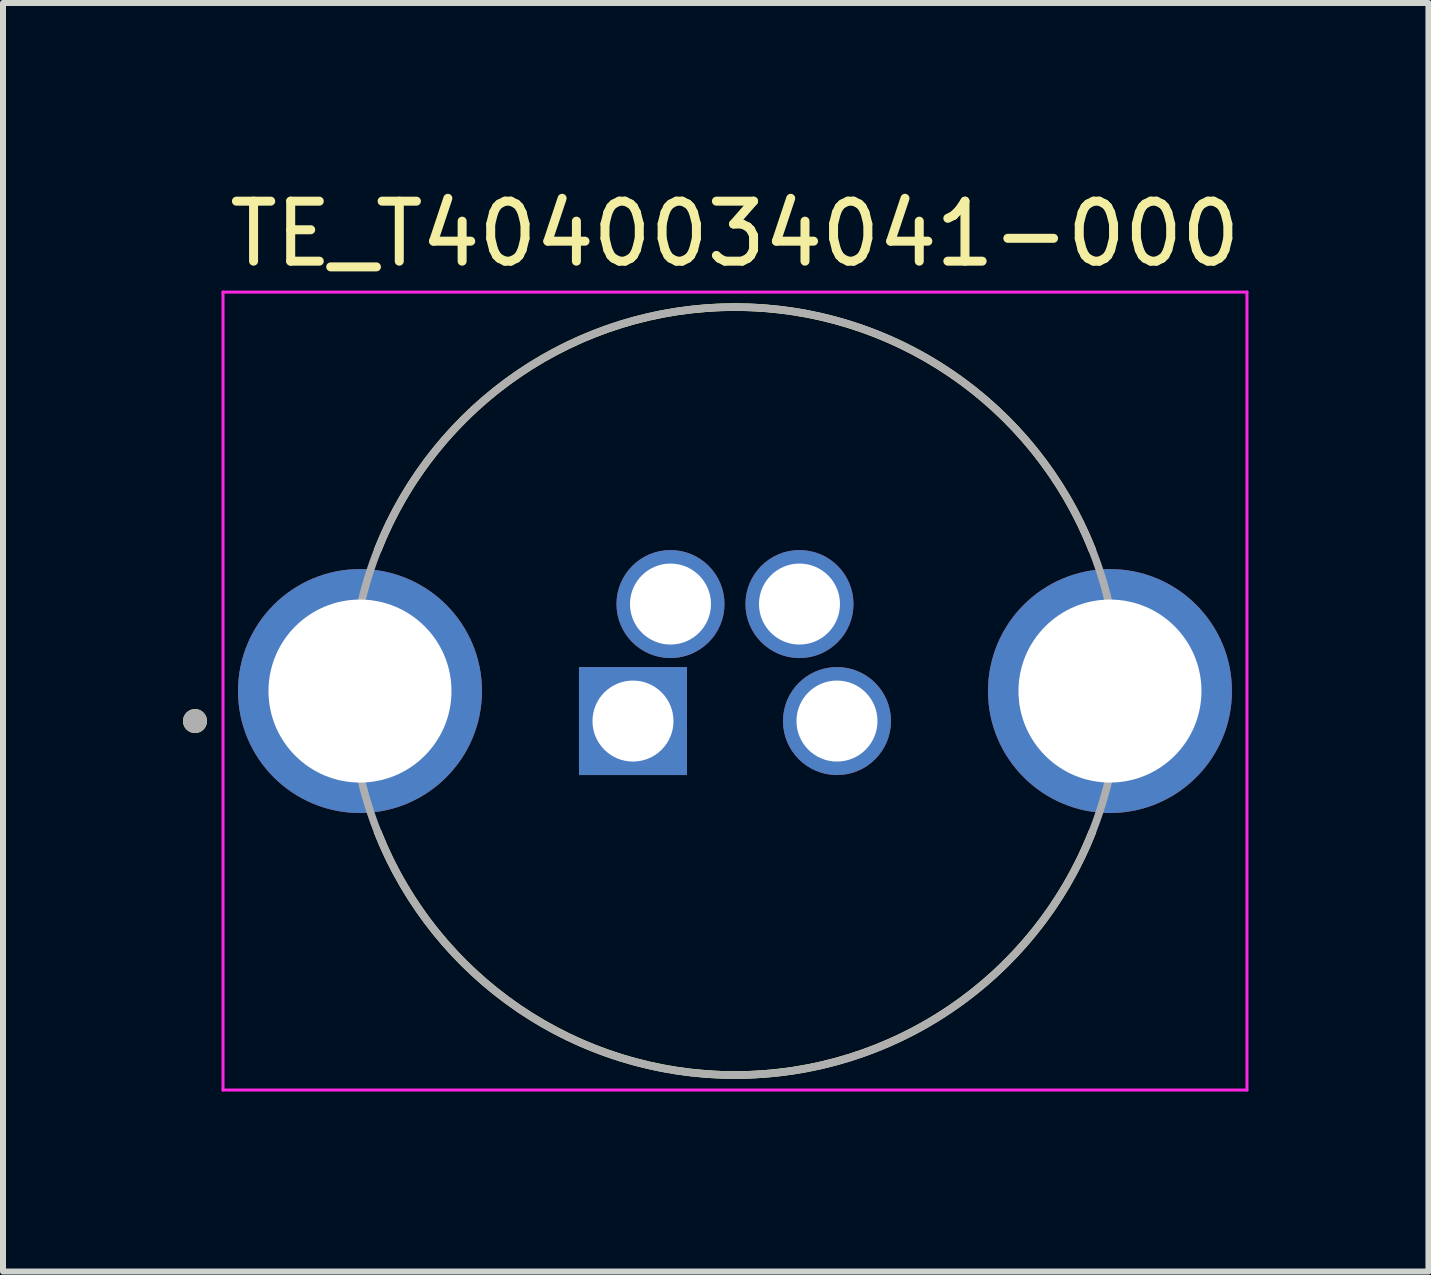
<source format=kicad_pcb>
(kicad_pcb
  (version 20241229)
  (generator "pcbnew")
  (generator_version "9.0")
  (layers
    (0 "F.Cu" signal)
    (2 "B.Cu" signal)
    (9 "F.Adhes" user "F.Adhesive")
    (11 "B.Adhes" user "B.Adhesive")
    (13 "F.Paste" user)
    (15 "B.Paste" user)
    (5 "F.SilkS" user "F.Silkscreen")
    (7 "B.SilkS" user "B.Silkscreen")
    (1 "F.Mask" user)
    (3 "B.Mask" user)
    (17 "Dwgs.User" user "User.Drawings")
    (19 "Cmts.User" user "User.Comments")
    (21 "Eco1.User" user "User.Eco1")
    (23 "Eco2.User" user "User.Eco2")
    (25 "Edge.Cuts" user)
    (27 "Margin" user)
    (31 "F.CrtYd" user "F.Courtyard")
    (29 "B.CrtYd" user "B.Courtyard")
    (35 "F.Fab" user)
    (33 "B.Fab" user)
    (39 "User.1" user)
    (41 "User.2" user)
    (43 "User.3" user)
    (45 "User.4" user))
  (footprint "TE_T4040034041-000"
    (layer "F.Cu")
    (at 9.2 8.468)
    (property "Reference" "TE_T4040034041-000" (at 0 -7.62 0) (layer "F.SilkS") (effects (font (size 1 1) (thickness 0.15))))
    (attr through_hole)
    (fp_arc (start -5.955 -2.35) (mid 0 -6.400015) (end 5.955 -2.349999) (stroke (width 0.127) (type solid)) (layer "F.SilkS"))
    (fp_arc (start 5.955 2.35) (mid 0 6.400015) (end -5.955 2.349999) (stroke (width 0.127) (type solid)) (layer "F.SilkS"))
    (fp_circle (center -9 0.5) (end -8.9 0.5) (stroke (width 0.2) (type solid)) (fill no) (layer "F.SilkS"))
    (fp_line (start -8.533 -6.65) (end -8.533 6.65) (stroke (width 0.05) (type solid)) (layer "F.CrtYd"))
    (fp_line (start -8.533 6.65) (end 8.533 6.65) (stroke (width 0.05) (type solid)) (layer "F.CrtYd"))
    (fp_line (start 8.533 -6.65) (end -8.533 -6.65) (stroke (width 0.05) (type solid)) (layer "F.CrtYd"))
    (fp_line (start 8.533 6.65) (end 8.533 -6.65) (stroke (width 0.05) (type solid)) (layer "F.CrtYd"))
    (fp_circle (center -9 0.5) (end -8.9 0.5) (stroke (width 0.2) (type solid)) (fill no) (layer "F.Fab"))
    (fp_circle (center 0 0) (end 6.4 0) (stroke (width 0.127) (type solid)) (fill no) (layer "F.Fab"))
    (pad "1" thru_hole rect (at -1.7 0.5) (size 1.8 1.8) (drill 1.35) (layers "*.Cu" "*.Mask"))
    (pad "2" thru_hole circle (at -1.075 -1.45) (size 1.8 1.8) (drill 1.35) (layers "*.Cu" "*.Mask"))
    (pad "3" thru_hole circle (at 1.7 0.5) (size 1.8 1.8) (drill 1.35) (layers "*.Cu" "*.Mask"))
    (pad "4" thru_hole circle (at 1.075 -1.45) (size 1.8 1.8) (drill 1.35) (layers "*.Cu" "*.Mask"))
    (pad "SH1" thru_hole circle (at -6.25 0) (size 4.066 4.066) (drill 3.05) (layers "*.Cu" "*.Mask"))
    (pad "SH2" thru_hole circle (at 6.25 0) (size 4.066 4.066) (drill 3.05) (layers "*.Cu" "*.Mask")))
  (gr_rect
    (start -3 -3)
    (end 20.758 18.143)
    (stroke (width 0.1) (type default))
    (fill no)
    (layer "Edge.Cuts")))
</source>
